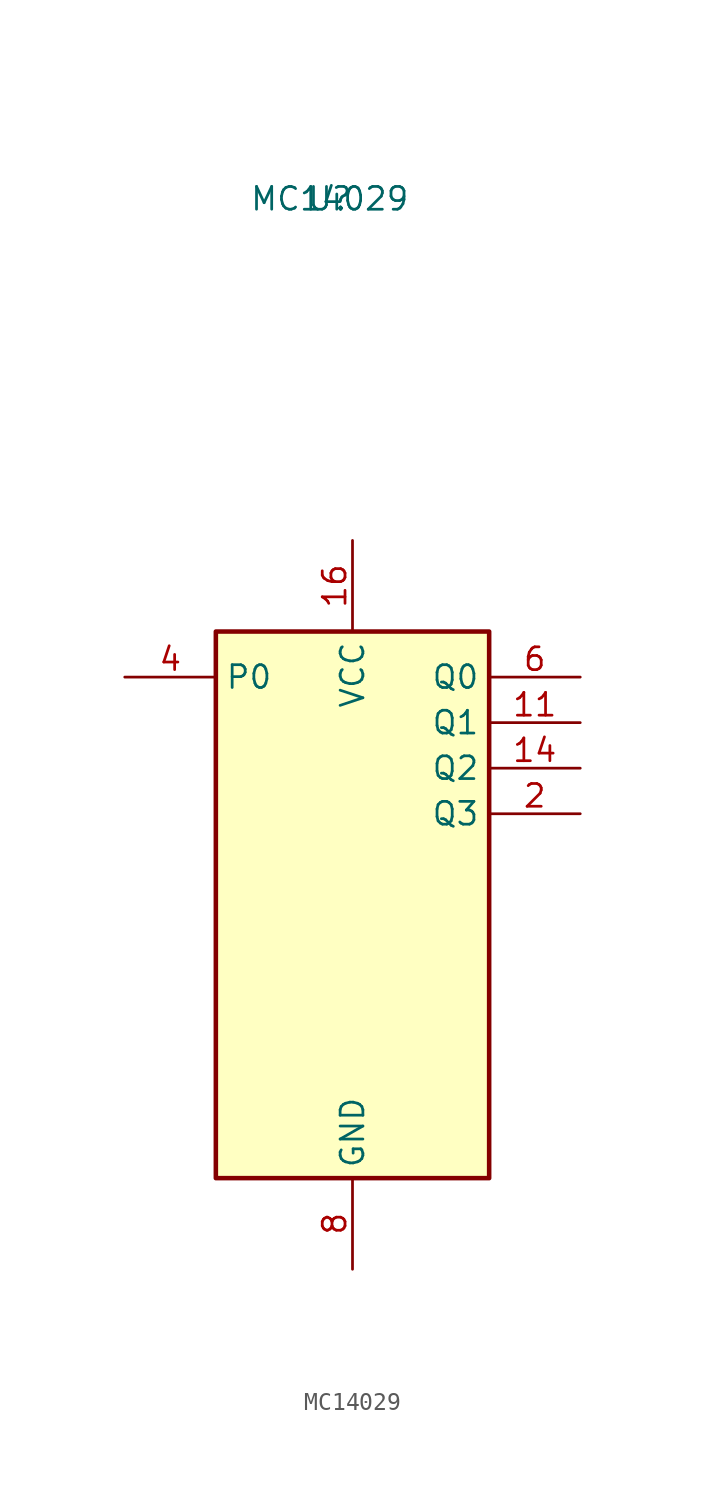
<source format=kicad_sym>
(kicad_symbol_lib
  (version 20211014)
  (generator kicad_symbol_editor)
  (symbol "MC14029"
    (property "Reference" "U"
      (at -1.27 36.83 0)
      (effects (font (size 1.27 1.27))))
    (property "Value" "MC14029"
      (at -1.27 36.83 0)
      (effects (font (size 1.27 1.27))))
    (symbol "MC14029_1_0"
      (pin output line (at 12.7 7.62 180) (length 5.08) (name "Q1" (effects (font (size 1.27 1.27)))) (number "11" (effects (font (size 1.27 1.27)))))
      (pin output line (at 12.7 5.08 180) (length 5.08) (name "Q2" (effects (font (size 1.27 1.27)))) (number "14" (effects (font (size 1.27 1.27)))))
      (pin power_in line (at 0 17.78 270) (length 5.08) (name "VCC" (effects (font (size 1.27 1.27)))) (number "16" (effects (font (size 1.27 1.27)))))
      (pin output line (at 12.7 2.54 180) (length 5.08) (name "Q3" (effects (font (size 1.27 1.27)))) (number "2" (effects (font (size 1.27 1.27)))))
      (pin input line (at -12.7 10.16 0) (length 5.08) (name "P0" (effects (font (size 1.27 1.27)))) (number "4" (effects (font (size 1.27 1.27)))))
      (pin output line (at 12.7 10.16 180) (length 5.08) (name "Q0" (effects (font (size 1.27 1.27)))) (number "6" (effects (font (size 1.27 1.27)))))
      (pin power_in line (at 0 -22.86 90) (length 5.08) (name "GND" (effects (font (size 1.27 1.27)))) (number "8" (effects (font (size 1.27 1.27))))))
    (symbol "MC14029_1_1"
      (rectangle (start -7.62 12.7) (end 7.62 -17.78) (stroke (width 0.254) (type default) (color 0 0 0 0)) (fill (type background))))))
</source>
